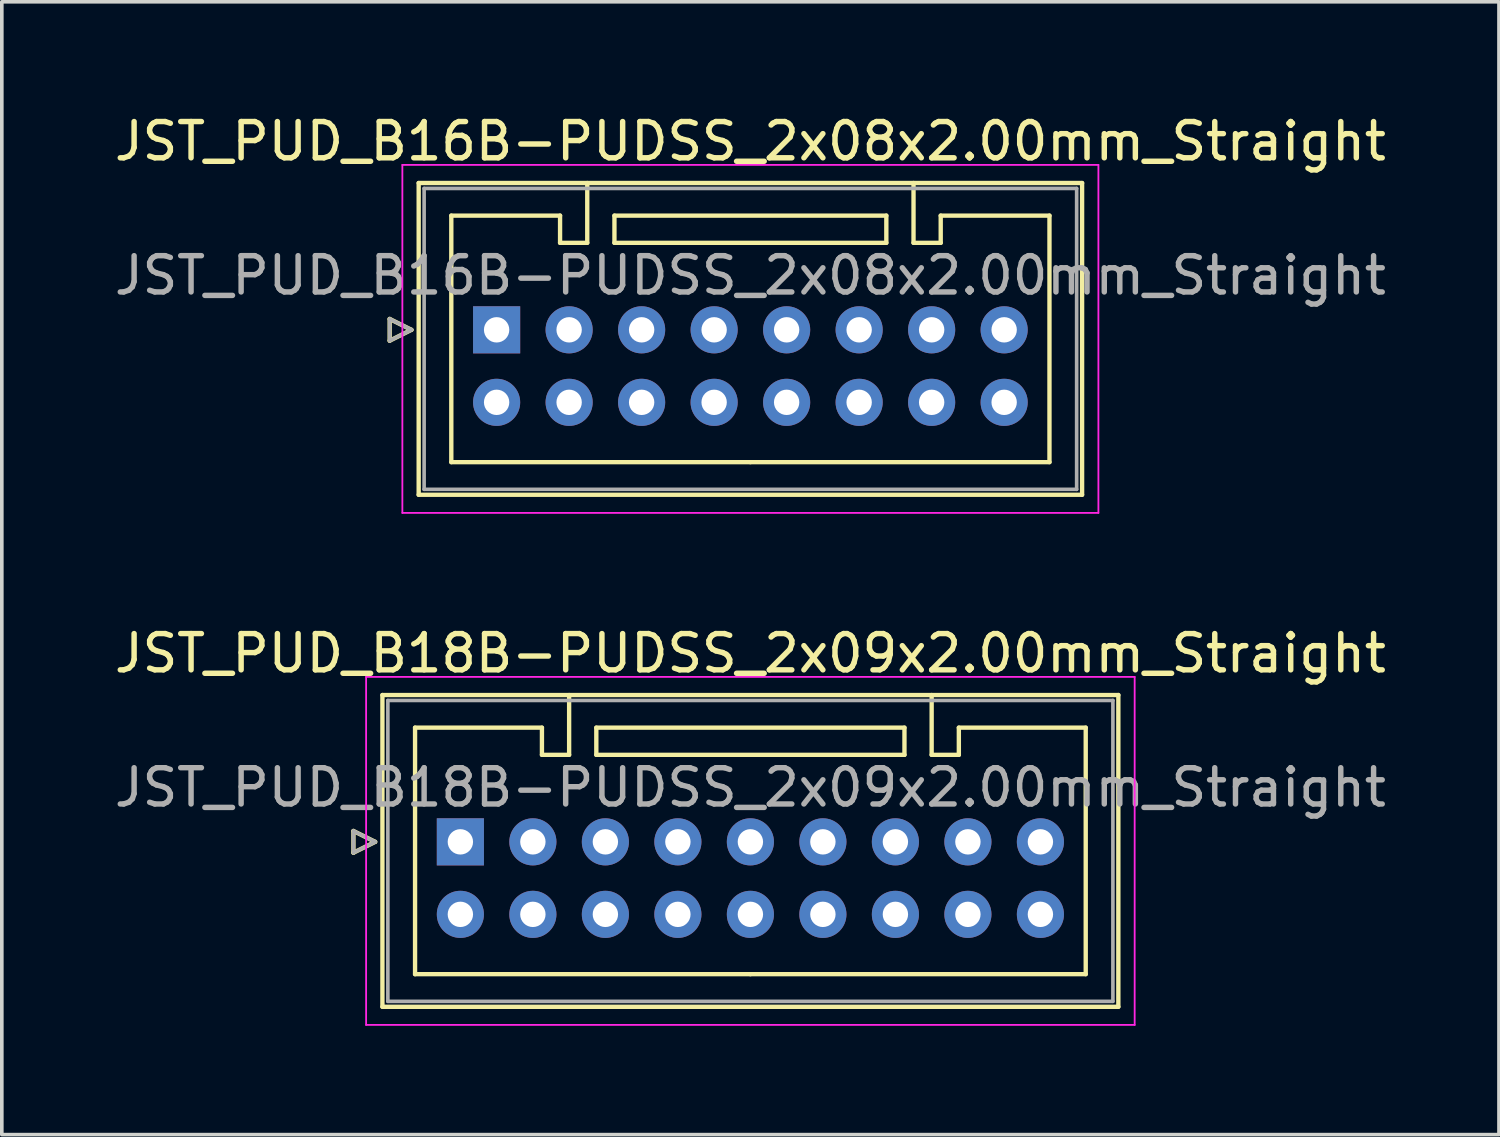
<source format=kicad_pcb>
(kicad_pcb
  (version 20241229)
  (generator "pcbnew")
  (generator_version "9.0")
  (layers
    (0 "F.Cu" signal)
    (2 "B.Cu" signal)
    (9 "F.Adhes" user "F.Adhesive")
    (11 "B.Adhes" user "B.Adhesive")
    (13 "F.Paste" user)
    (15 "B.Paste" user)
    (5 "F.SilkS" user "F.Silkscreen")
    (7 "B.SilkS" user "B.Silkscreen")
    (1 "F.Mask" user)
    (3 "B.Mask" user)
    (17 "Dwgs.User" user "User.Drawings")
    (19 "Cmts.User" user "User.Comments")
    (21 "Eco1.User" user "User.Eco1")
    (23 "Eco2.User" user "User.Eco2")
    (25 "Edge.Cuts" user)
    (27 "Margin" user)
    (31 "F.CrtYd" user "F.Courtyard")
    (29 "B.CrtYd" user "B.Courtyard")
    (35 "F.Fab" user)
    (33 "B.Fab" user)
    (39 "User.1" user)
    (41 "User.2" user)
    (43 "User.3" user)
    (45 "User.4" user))
  (footprint "JST_PUD_B18B-PUDSS_2x09x2.00mm_Straight"
    (layer "F.Cu")
    (at 9.649 20.172)
    (property "Reference" "JST_PUD_B18B-PUDSS_2x09x2.00mm_Straight" (at 8 -5.2 0) (layer "F.SilkS") (effects (font (size 1 1) (thickness 0.15))))
    (attr through_hole)
    (fp_line (start -2.95 -0.3) (end -2.35 0) (stroke (width 0.12) (type solid)) (layer "F.SilkS"))
    (fp_line (start -2.95 0.3) (end -2.95 -0.3) (stroke (width 0.12) (type solid)) (layer "F.SilkS"))
    (fp_line (start -2.35 0) (end -2.95 0.3) (stroke (width 0.12) (type solid)) (layer "F.SilkS"))
    (fp_line (start -2.15 -4.05) (end -2.15 4.55) (stroke (width 0.12) (type solid)) (layer "F.SilkS"))
    (fp_line (start -2.15 4.55) (end 18.15 4.55) (stroke (width 0.12) (type solid)) (layer "F.SilkS"))
    (fp_line (start -1.25 -3.15) (end -1.25 3.65) (stroke (width 0.12) (type solid)) (layer "F.SilkS"))
    (fp_line (start -1.25 3.65) (end 8 3.65) (stroke (width 0.12) (type solid)) (layer "F.SilkS"))
    (fp_line (start 2.25 -3.15) (end -1.25 -3.15) (stroke (width 0.12) (type solid)) (layer "F.SilkS"))
    (fp_line (start 2.25 -2.4) (end 2.25 -3.15) (stroke (width 0.12) (type solid)) (layer "F.SilkS"))
    (fp_line (start 3 -4.05) (end 3 -2.4) (stroke (width 0.12) (type solid)) (layer "F.SilkS"))
    (fp_line (start 3 -2.4) (end 2.25 -2.4) (stroke (width 0.12) (type solid)) (layer "F.SilkS"))
    (fp_line (start 3.75 -3.15) (end 3.75 -2.4) (stroke (width 0.12) (type solid)) (layer "F.SilkS"))
    (fp_line (start 3.75 -2.4) (end 12.25 -2.4) (stroke (width 0.12) (type solid)) (layer "F.SilkS"))
    (fp_line (start 12.25 -3.15) (end 3.75 -3.15) (stroke (width 0.12) (type solid)) (layer "F.SilkS"))
    (fp_line (start 12.25 -2.4) (end 12.25 -3.15) (stroke (width 0.12) (type solid)) (layer "F.SilkS"))
    (fp_line (start 13 -4.05) (end 13 -2.4) (stroke (width 0.12) (type solid)) (layer "F.SilkS"))
    (fp_line (start 13 -2.4) (end 13.75 -2.4) (stroke (width 0.12) (type solid)) (layer "F.SilkS"))
    (fp_line (start 13.75 -3.15) (end 17.25 -3.15) (stroke (width 0.12) (type solid)) (layer "F.SilkS"))
    (fp_line (start 13.75 -2.4) (end 13.75 -3.15) (stroke (width 0.12) (type solid)) (layer "F.SilkS"))
    (fp_line (start 17.25 -3.15) (end 17.25 3.65) (stroke (width 0.12) (type solid)) (layer "F.SilkS"))
    (fp_line (start 17.25 3.65) (end 8 3.65) (stroke (width 0.12) (type solid)) (layer "F.SilkS"))
    (fp_line (start 18.15 -4.05) (end -2.15 -4.05) (stroke (width 0.12) (type solid)) (layer "F.SilkS"))
    (fp_line (start 18.15 4.55) (end 18.15 -4.05) (stroke (width 0.12) (type solid)) (layer "F.SilkS"))
    (fp_line (start -2.6 -4.55) (end -2.6 5.05) (stroke (width 0.05) (type solid)) (layer "F.CrtYd"))
    (fp_line (start -2.6 5.05) (end 18.6 5.05) (stroke (width 0.05) (type solid)) (layer "F.CrtYd"))
    (fp_line (start 18.6 -4.55) (end -2.6 -4.55) (stroke (width 0.05) (type solid)) (layer "F.CrtYd"))
    (fp_line (start 18.6 5.05) (end 18.6 -4.55) (stroke (width 0.05) (type solid)) (layer "F.CrtYd"))
    (fp_line (start -2.95 -0.3) (end -2.35 0) (stroke (width 0.1) (type solid)) (layer "F.Fab"))
    (fp_line (start -2.95 0.3) (end -2.95 -0.3) (stroke (width 0.1) (type solid)) (layer "F.Fab"))
    (fp_line (start -2.35 0) (end -2.95 0.3) (stroke (width 0.1) (type solid)) (layer "F.Fab"))
    (fp_line (start -2 -3.9) (end -2 4.4) (stroke (width 0.1) (type solid)) (layer "F.Fab"))
    (fp_line (start -2 4.4) (end 18 4.4) (stroke (width 0.1) (type solid)) (layer "F.Fab"))
    (fp_line (start 18 -3.9) (end -2 -3.9) (stroke (width 0.1) (type solid)) (layer "F.Fab"))
    (fp_line (start 18 4.4) (end 18 -3.9) (stroke (width 0.1) (type solid)) (layer "F.Fab"))
    (fp_text user "${REFERENCE}" (at 8 -1.5 0) (layer "F.Fab") (effects (font (size 1 1) (thickness 0.15))))
    (pad "1" thru_hole rect (at 0 0) (size 1.3 1.3) (drill 0.7) (layers "*.Cu" "*.Mask"))
    (pad "2" thru_hole circle (at 0 2) (size 1.3 1.3) (drill 0.7) (layers "*.Cu" "*.Mask"))
    (pad "3" thru_hole circle (at 2 0) (size 1.3 1.3) (drill 0.7) (layers "*.Cu" "*.Mask"))
    (pad "4" thru_hole circle (at 2 2) (size 1.3 1.3) (drill 0.7) (layers "*.Cu" "*.Mask"))
    (pad "5" thru_hole circle (at 4 0) (size 1.3 1.3) (drill 0.7) (layers "*.Cu" "*.Mask"))
    (pad "6" thru_hole circle (at 4 2) (size 1.3 1.3) (drill 0.7) (layers "*.Cu" "*.Mask"))
    (pad "7" thru_hole circle (at 6 0) (size 1.3 1.3) (drill 0.7) (layers "*.Cu" "*.Mask"))
    (pad "8" thru_hole circle (at 6 2) (size 1.3 1.3) (drill 0.7) (layers "*.Cu" "*.Mask"))
    (pad "9" thru_hole circle (at 8 0) (size 1.3 1.3) (drill 0.7) (layers "*.Cu" "*.Mask"))
    (pad "10" thru_hole circle (at 8 2) (size 1.3 1.3) (drill 0.7) (layers "*.Cu" "*.Mask"))
    (pad "11" thru_hole circle (at 10 0) (size 1.3 1.3) (drill 0.7) (layers "*.Cu" "*.Mask"))
    (pad "12" thru_hole circle (at 10 2) (size 1.3 1.3) (drill 0.7) (layers "*.Cu" "*.Mask"))
    (pad "13" thru_hole circle (at 12 0) (size 1.3 1.3) (drill 0.7) (layers "*.Cu" "*.Mask"))
    (pad "14" thru_hole circle (at 12 2) (size 1.3 1.3) (drill 0.7) (layers "*.Cu" "*.Mask"))
    (pad "15" thru_hole circle (at 14 0) (size 1.3 1.3) (drill 0.7) (layers "*.Cu" "*.Mask"))
    (pad "16" thru_hole circle (at 14 2) (size 1.3 1.3) (drill 0.7) (layers "*.Cu" "*.Mask"))
    (pad "17" thru_hole circle (at 16 0) (size 1.3 1.3) (drill 0.7) (layers "*.Cu" "*.Mask"))
    (pad "18" thru_hole circle (at 16 2) (size 1.3 1.3) (drill 0.7) (layers "*.Cu" "*.Mask")))
  (footprint "JST_PUD_B16B-PUDSS_2x08x2.00mm_Straight"
    (layer "F.Cu")
    (at 10.649 6.048)
    (property "Reference" "JST_PUD_B16B-PUDSS_2x08x2.00mm_Straight" (at 7 -5.2 0) (layer "F.SilkS") (effects (font (size 1 1) (thickness 0.15))))
    (attr through_hole)
    (fp_line (start -2.95 -0.3) (end -2.35 0) (stroke (width 0.12) (type solid)) (layer "F.SilkS"))
    (fp_line (start -2.95 0.3) (end -2.95 -0.3) (stroke (width 0.12) (type solid)) (layer "F.SilkS"))
    (fp_line (start -2.35 0) (end -2.95 0.3) (stroke (width 0.12) (type solid)) (layer "F.SilkS"))
    (fp_line (start -2.15 -4.05) (end -2.15 4.55) (stroke (width 0.12) (type solid)) (layer "F.SilkS"))
    (fp_line (start -2.15 4.55) (end 16.15 4.55) (stroke (width 0.12) (type solid)) (layer "F.SilkS"))
    (fp_line (start -1.25 -3.15) (end -1.25 3.65) (stroke (width 0.12) (type solid)) (layer "F.SilkS"))
    (fp_line (start -1.25 3.65) (end 7 3.65) (stroke (width 0.12) (type solid)) (layer "F.SilkS"))
    (fp_line (start 1.75 -3.15) (end -1.25 -3.15) (stroke (width 0.12) (type solid)) (layer "F.SilkS"))
    (fp_line (start 1.75 -2.4) (end 1.75 -3.15) (stroke (width 0.12) (type solid)) (layer "F.SilkS"))
    (fp_line (start 2.5 -4.05) (end 2.5 -2.4) (stroke (width 0.12) (type solid)) (layer "F.SilkS"))
    (fp_line (start 2.5 -2.4) (end 1.75 -2.4) (stroke (width 0.12) (type solid)) (layer "F.SilkS"))
    (fp_line (start 3.25 -3.15) (end 3.25 -2.4) (stroke (width 0.12) (type solid)) (layer "F.SilkS"))
    (fp_line (start 3.25 -2.4) (end 10.75 -2.4) (stroke (width 0.12) (type solid)) (layer "F.SilkS"))
    (fp_line (start 10.75 -3.15) (end 3.25 -3.15) (stroke (width 0.12) (type solid)) (layer "F.SilkS"))
    (fp_line (start 10.75 -2.4) (end 10.75 -3.15) (stroke (width 0.12) (type solid)) (layer "F.SilkS"))
    (fp_line (start 11.5 -4.05) (end 11.5 -2.4) (stroke (width 0.12) (type solid)) (layer "F.SilkS"))
    (fp_line (start 11.5 -2.4) (end 12.25 -2.4) (stroke (width 0.12) (type solid)) (layer "F.SilkS"))
    (fp_line (start 12.25 -3.15) (end 15.25 -3.15) (stroke (width 0.12) (type solid)) (layer "F.SilkS"))
    (fp_line (start 12.25 -2.4) (end 12.25 -3.15) (stroke (width 0.12) (type solid)) (layer "F.SilkS"))
    (fp_line (start 15.25 -3.15) (end 15.25 3.65) (stroke (width 0.12) (type solid)) (layer "F.SilkS"))
    (fp_line (start 15.25 3.65) (end 7 3.65) (stroke (width 0.12) (type solid)) (layer "F.SilkS"))
    (fp_line (start 16.15 -4.05) (end -2.15 -4.05) (stroke (width 0.12) (type solid)) (layer "F.SilkS"))
    (fp_line (start 16.15 4.55) (end 16.15 -4.05) (stroke (width 0.12) (type solid)) (layer "F.SilkS"))
    (fp_line (start -2.6 -4.55) (end -2.6 5.05) (stroke (width 0.05) (type solid)) (layer "F.CrtYd"))
    (fp_line (start -2.6 5.05) (end 16.6 5.05) (stroke (width 0.05) (type solid)) (layer "F.CrtYd"))
    (fp_line (start 16.6 -4.55) (end -2.6 -4.55) (stroke (width 0.05) (type solid)) (layer "F.CrtYd"))
    (fp_line (start 16.6 5.05) (end 16.6 -4.55) (stroke (width 0.05) (type solid)) (layer "F.CrtYd"))
    (fp_line (start -2.95 -0.3) (end -2.35 0) (stroke (width 0.1) (type solid)) (layer "F.Fab"))
    (fp_line (start -2.95 0.3) (end -2.95 -0.3) (stroke (width 0.1) (type solid)) (layer "F.Fab"))
    (fp_line (start -2.35 0) (end -2.95 0.3) (stroke (width 0.1) (type solid)) (layer "F.Fab"))
    (fp_line (start -2 -3.9) (end -2 4.4) (stroke (width 0.1) (type solid)) (layer "F.Fab"))
    (fp_line (start -2 4.4) (end 16 4.4) (stroke (width 0.1) (type solid)) (layer "F.Fab"))
    (fp_line (start 16 -3.9) (end -2 -3.9) (stroke (width 0.1) (type solid)) (layer "F.Fab"))
    (fp_line (start 16 4.4) (end 16 -3.9) (stroke (width 0.1) (type solid)) (layer "F.Fab"))
    (fp_text user "${REFERENCE}" (at 7 -1.5 0) (layer "F.Fab") (effects (font (size 1 1) (thickness 0.15))))
    (pad "1" thru_hole rect (at 0 0) (size 1.3 1.3) (drill 0.7) (layers "*.Cu" "*.Mask"))
    (pad "2" thru_hole circle (at 0 2) (size 1.3 1.3) (drill 0.7) (layers "*.Cu" "*.Mask"))
    (pad "3" thru_hole circle (at 2 0) (size 1.3 1.3) (drill 0.7) (layers "*.Cu" "*.Mask"))
    (pad "4" thru_hole circle (at 2 2) (size 1.3 1.3) (drill 0.7) (layers "*.Cu" "*.Mask"))
    (pad "5" thru_hole circle (at 4 0) (size 1.3 1.3) (drill 0.7) (layers "*.Cu" "*.Mask"))
    (pad "6" thru_hole circle (at 4 2) (size 1.3 1.3) (drill 0.7) (layers "*.Cu" "*.Mask"))
    (pad "7" thru_hole circle (at 6 0) (size 1.3 1.3) (drill 0.7) (layers "*.Cu" "*.Mask"))
    (pad "8" thru_hole circle (at 6 2) (size 1.3 1.3) (drill 0.7) (layers "*.Cu" "*.Mask"))
    (pad "9" thru_hole circle (at 8 0) (size 1.3 1.3) (drill 0.7) (layers "*.Cu" "*.Mask"))
    (pad "10" thru_hole circle (at 8 2) (size 1.3 1.3) (drill 0.7) (layers "*.Cu" "*.Mask"))
    (pad "11" thru_hole circle (at 10 0) (size 1.3 1.3) (drill 0.7) (layers "*.Cu" "*.Mask"))
    (pad "12" thru_hole circle (at 10 2) (size 1.3 1.3) (drill 0.7) (layers "*.Cu" "*.Mask"))
    (pad "13" thru_hole circle (at 12 0) (size 1.3 1.3) (drill 0.7) (layers "*.Cu" "*.Mask"))
    (pad "14" thru_hole circle (at 12 2) (size 1.3 1.3) (drill 0.7) (layers "*.Cu" "*.Mask"))
    (pad "15" thru_hole circle (at 14 0) (size 1.3 1.3) (drill 0.7) (layers "*.Cu" "*.Mask"))
    (pad "16" thru_hole circle (at 14 2) (size 1.3 1.3) (drill 0.7) (layers "*.Cu" "*.Mask")))
  (gr_rect
    (start -3 -3)
    (end 38.298 28.247)
    (stroke (width 0.1) (type default))
    (fill no)
    (layer "Edge.Cuts")))
</source>
